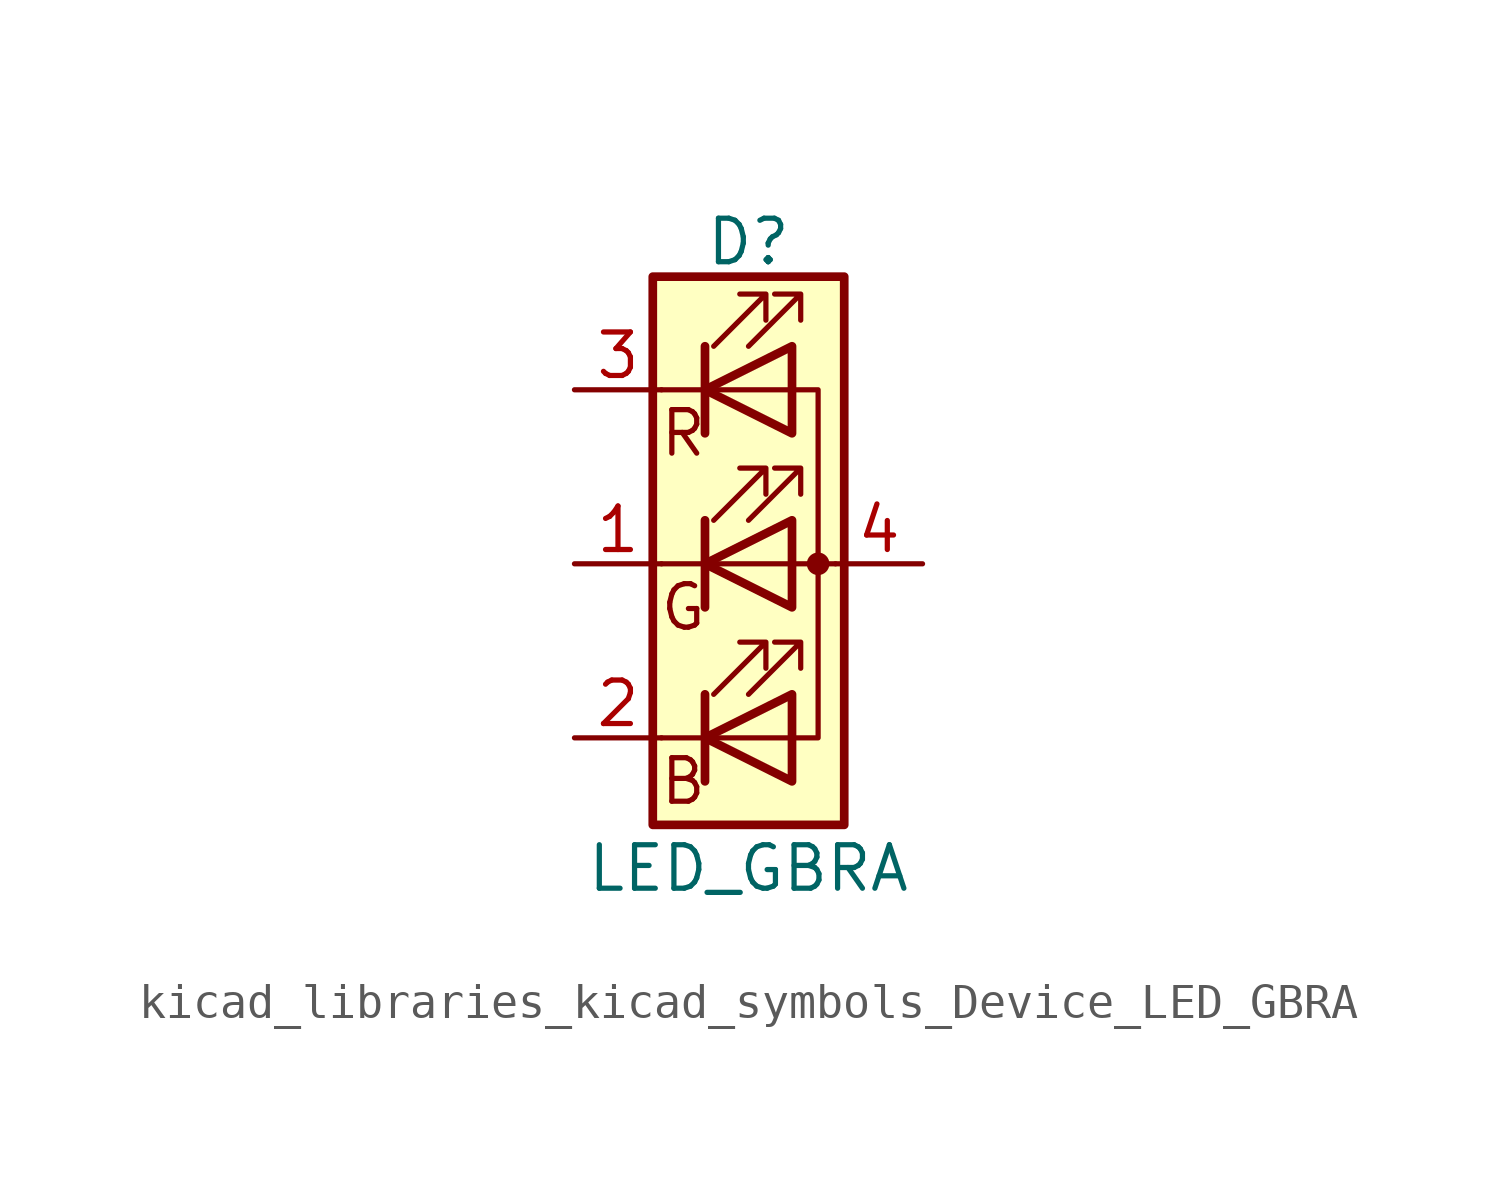
<source format=kicad_sym>
(kicad_symbol_lib
  (version 20220914)
  (generator kicad_symbol_editor)
  (symbol "kicad_libraries_kicad_symbols_Device_LED_GBRA"
    (pin_names
      (offset 0) hide)
    (property "Reference" "D"
      (at 0 9.398 0)
      (effects (font (size 1.27 1.27))))
    (property "Value" "LED_GBRA"
      (at 0 -8.89 0)
      (effects (font (size 1.27 1.27))))
    (symbol "kicad_libraries_kicad_symbols_Device_LED_GBRA_0_0"
      (text "B" (at -1.905 -6.35 0) (effects (font (size 1.27 1.27))))
      (text "G" (at -1.905 -1.27 0) (effects (font (size 1.27 1.27))))
      (text "R" (at -1.905 3.81 0) (effects (font (size 1.27 1.27)))))
    (symbol "kicad_libraries_kicad_symbols_Device_LED_GBRA_0_1"
      (polyline (pts (xy -1.27 -5.08) (xy -2.54 -5.08)) (stroke (width 0) (type default)) (fill (type none)))
      (polyline (pts (xy -1.27 -5.08) (xy 1.27 -5.08)) (stroke (width 0) (type default)) (fill (type none)))
      (polyline (pts (xy -1.27 -3.81) (xy -1.27 -6.35)) (stroke (width 0.254) (type default)) (fill (type none)))
      (polyline (pts (xy -1.27 0) (xy -2.54 0)) (stroke (width 0) (type default)) (fill (type none)))
      (polyline (pts (xy -1.27 1.27) (xy -1.27 -1.27)) (stroke (width 0.254) (type default)) (fill (type none)))
      (polyline (pts (xy -1.27 5.08) (xy -2.54 5.08)) (stroke (width 0) (type default)) (fill (type none)))
      (polyline (pts (xy -1.27 5.08) (xy 1.27 5.08)) (stroke (width 0) (type default)) (fill (type none)))
      (polyline (pts (xy -1.27 6.35) (xy -1.27 3.81)) (stroke (width 0.254) (type default)) (fill (type none)))
      (polyline (pts (xy 1.27 0) (xy -1.27 0)) (stroke (width 0) (type default)) (fill (type none)))
      (polyline (pts (xy 1.27 0) (xy 2.54 0)) (stroke (width 0) (type default)) (fill (type none)))
      (polyline (pts (xy -1.27 1.27) (xy -1.27 -1.27) (xy -1.27 -1.27)) (stroke (width 0) (type default)) (fill (type none)))
      (polyline (pts (xy -1.27 6.35) (xy -1.27 3.81) (xy -1.27 3.81)) (stroke (width 0) (type default)) (fill (type none)))
      (polyline (pts (xy 1.27 -5.08) (xy 2.032 -5.08) (xy 2.032 5.08) (xy 1.27 5.08)) (stroke (width 0) (type default)) (fill (type none)))
      (polyline (pts (xy 1.27 -3.81) (xy 1.27 -6.35) (xy -1.27 -5.08) (xy 1.27 -3.81)) (stroke (width 0.254) (type default)) (fill (type none)))
      (polyline (pts (xy 1.27 1.27) (xy 1.27 -1.27) (xy -1.27 0) (xy 1.27 1.27)) (stroke (width 0.254) (type default)) (fill (type none)))
      (polyline (pts (xy 1.27 6.35) (xy 1.27 3.81) (xy -1.27 5.08) (xy 1.27 6.35)) (stroke (width 0.254) (type default)) (fill (type none)))
      (polyline (pts (xy -1.016 -3.81) (xy 0.508 -2.286) (xy -0.254 -2.286) (xy 0.508 -2.286) (xy 0.508 -3.048)) (stroke (width 0) (type default)) (fill (type none)))
      (polyline (pts (xy -1.016 1.27) (xy 0.508 2.794) (xy -0.254 2.794) (xy 0.508 2.794) (xy 0.508 2.032)) (stroke (width 0) (type default)) (fill (type none)))
      (polyline (pts (xy -1.016 6.35) (xy 0.508 7.874) (xy -0.254 7.874) (xy 0.508 7.874) (xy 0.508 7.112)) (stroke (width 0) (type default)) (fill (type none)))
      (polyline (pts (xy 0 -3.81) (xy 1.524 -2.286) (xy 0.762 -2.286) (xy 1.524 -2.286) (xy 1.524 -3.048)) (stroke (width 0) (type default)) (fill (type none)))
      (polyline (pts (xy 0 1.27) (xy 1.524 2.794) (xy 0.762 2.794) (xy 1.524 2.794) (xy 1.524 2.032)) (stroke (width 0) (type default)) (fill (type none)))
      (polyline (pts (xy 0 6.35) (xy 1.524 7.874) (xy 0.762 7.874) (xy 1.524 7.874) (xy 1.524 7.112)) (stroke (width 0) (type default)) (fill (type none)))
      (rectangle (start 1.27 -1.27) (end 1.27 1.27) (stroke (width 0) (type default)) (fill (type none)))
      (rectangle (start 1.27 1.27) (end 1.27 1.27) (stroke (width 0) (type default)) (fill (type none)))
      (rectangle (start 1.27 3.81) (end 1.27 6.35) (stroke (width 0) (type default)) (fill (type none)))
      (rectangle (start 1.27 6.35) (end 1.27 6.35) (stroke (width 0) (type default)) (fill (type none)))
      (circle (center 2.032 0) (radius 0.254) (stroke (width 0) (type default)) (fill (type outline)))
      (rectangle (start 2.794 8.382) (end -2.794 -7.62) (stroke (width 0.254) (type default)) (fill (type background))))
    (symbol "kicad_libraries_kicad_symbols_Device_LED_GBRA_1_1"
      (pin passive line (at -5.08 0 0) (length 2.54) (name "GK" (effects (font (size 1.27 1.27)))) (number "1" (effects (font (size 1.27 1.27)))))
      (pin passive line (at -5.08 -5.08 0) (length 2.54) (name "BK" (effects (font (size 1.27 1.27)))) (number "2" (effects (font (size 1.27 1.27)))))
      (pin passive line (at -5.08 5.08 0) (length 2.54) (name "RK" (effects (font (size 1.27 1.27)))) (number "3" (effects (font (size 1.27 1.27)))))
      (pin passive line (at 5.08 0 180) (length 2.54) (name "A" (effects (font (size 1.27 1.27)))) (number "4" (effects (font (size 1.27 1.27))))))))
</source>
